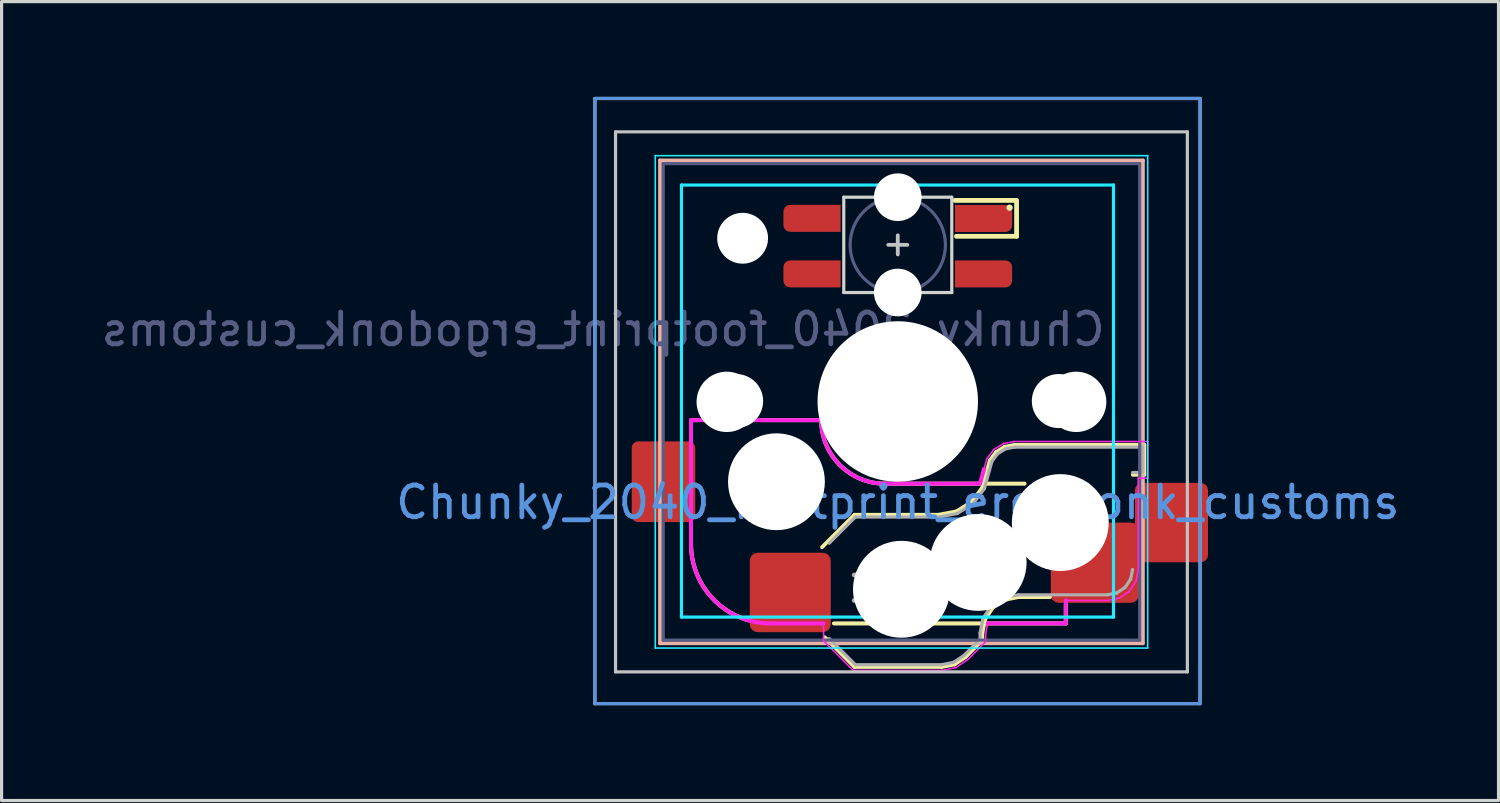
<source format=kicad_pcb>
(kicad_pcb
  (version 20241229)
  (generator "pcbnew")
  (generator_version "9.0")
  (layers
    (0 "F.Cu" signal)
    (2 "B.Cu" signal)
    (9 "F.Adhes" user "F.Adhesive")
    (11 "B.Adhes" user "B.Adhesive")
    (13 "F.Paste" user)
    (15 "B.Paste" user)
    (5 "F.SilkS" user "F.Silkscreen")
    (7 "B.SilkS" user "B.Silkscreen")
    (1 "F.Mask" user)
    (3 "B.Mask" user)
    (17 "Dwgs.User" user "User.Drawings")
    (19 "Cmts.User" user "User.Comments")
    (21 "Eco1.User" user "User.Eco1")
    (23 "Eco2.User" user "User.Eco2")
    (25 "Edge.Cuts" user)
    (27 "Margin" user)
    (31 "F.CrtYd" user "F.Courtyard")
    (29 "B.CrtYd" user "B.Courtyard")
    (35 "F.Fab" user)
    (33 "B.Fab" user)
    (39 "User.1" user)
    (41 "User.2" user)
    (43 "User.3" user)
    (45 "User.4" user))
  (footprint "Chunky_2040_footprint_ergodonk_customs"
    (layer "F.Cu")
    (at 25.211 9.588)
    (property "Reference" "Chunky_2040_footprint_ergodonk_customs" (at 0 3.175 0) (layer "Cmts.User") (effects (font (size 1 1) (thickness 0.15))))
    (attr smd)
    (fp_line (start -6.509 4.487) (end -6.509 3.887) (stroke (width 0.12) (type solid)) (layer "F.SilkS"))
    (fp_line (start -6.509 0.587) (end -6.309 0.587) (stroke (width 0.127) (type solid)) (layer "F.SilkS"))
    (fp_line (start -4.309 0.587) (end -2.409 0.587) (stroke (width 0.127) (type solid)) (layer "F.SilkS"))
    (fp_line (start -2.3 7.421) (end -1.363 8.358) (stroke (width 0.12) (type solid)) (layer "F.SilkS"))
    (fp_line (start -1.363 8.358) (end 1.384 8.358) (stroke (width 0.12) (type solid)) (layer "F.SilkS"))
    (fp_line (start -1.363 3.566) (end -2.384 4.587) (stroke (width 0.12) (type solid)) (layer "F.SilkS"))
    (fp_line (start -0.409 2.587) (end 3.991 2.587) (stroke (width 0.127) (type solid)) (layer "F.SilkS"))
    (fp_line (start 1.284 3.566) (end -1.363 3.566) (stroke (width 0.12) (type solid)) (layer "F.SilkS"))
    (fp_line (start 1.384 8.358) (end 1.787 8.278) (stroke (width 0.12) (type solid)) (layer "F.SilkS"))
    (fp_line (start 1.787 8.278) (end 2.129 8.049) (stroke (width 0.12) (type solid)) (layer "F.SilkS"))
    (fp_line (start 1.8 -6.33) (end 3.724 -6.33) (stroke (width 0.15) (type solid)) (layer "F.SilkS"))
    (fp_line (start 1.846 3.461) (end 1.284 3.566) (stroke (width 0.12) (type solid)) (layer "F.SilkS"))
    (fp_line (start 2.129 8.049) (end 2.662 7.516) (stroke (width 0.12) (type solid)) (layer "F.SilkS"))
    (fp_line (start 2.325 3.162) (end 1.846 3.461) (stroke (width 0.12) (type solid)) (layer "F.SilkS"))
    (fp_line (start 2.662 7.516) (end 2.662 7.294) (stroke (width 0.12) (type solid)) (layer "F.SilkS"))
    (fp_line (start 2.662 7.294) (end 2.749 6.856) (stroke (width 0.12) (type solid)) (layer "F.SilkS"))
    (fp_line (start 2.663 2.709) (end 2.325 3.162) (stroke (width 0.12) (type solid)) (layer "F.SilkS"))
    (fp_line (start 2.749 6.856) (end 2.993 6.489) (stroke (width 0.12) (type solid)) (layer "F.SilkS"))
    (fp_line (start 2.817 2.151) (end 2.663 2.709) (stroke (width 0.12) (type solid)) (layer "F.SilkS"))
    (fp_line (start 2.899 1.853) (end 2.817 2.151) (stroke (width 0.12) (type solid)) (layer "F.SilkS"))
    (fp_line (start 2.993 6.489) (end 3.36 6.245) (stroke (width 0.12) (type solid)) (layer "F.SilkS"))
    (fp_line (start 3.092 1.595) (end 2.899 1.853) (stroke (width 0.12) (type solid)) (layer "F.SilkS"))
    (fp_line (start 3.36 6.245) (end 3.798 6.158) (stroke (width 0.12) (type solid)) (layer "F.SilkS"))
    (fp_line (start 3.366 1.425) (end 3.092 1.595) (stroke (width 0.12) (type solid)) (layer "F.SilkS"))
    (fp_line (start 3.676 1.366) (end 3.366 1.425) (stroke (width 0.12) (type solid)) (layer "F.SilkS"))
    (fp_line (start 3.74 -6.33) (end 3.74 -5.2) (stroke (width 0.15) (type solid)) (layer "F.SilkS"))
    (fp_line (start 3.74 -5.2) (end 1.846 -5.2) (stroke (width 0.15) (type solid)) (layer "F.SilkS"))
    (fp_line (start 3.798 6.158) (end 4.791 6.158) (stroke (width 0.12) (type solid)) (layer "F.SilkS"))
    (fp_line (start 5.291 6.987) (end -2.009 6.987) (stroke (width 0.127) (type solid)) (layer "F.SilkS"))
    (fp_line (start 5.291 6.987) (end 5.291 6.387) (stroke (width 0.127) (type solid)) (layer "F.SilkS"))
    (fp_line (start 7.399 2.308) (end 7.762 2.308) (stroke (width 0.12) (type solid)) (layer "F.SilkS"))
    (fp_line (start 7.762 1.366) (end 3.676 1.366) (stroke (width 0.12) (type solid)) (layer "F.SilkS"))
    (fp_line (start 7.762 2.308) (end 7.762 1.366) (stroke (width 0.12) (type solid)) (layer "F.SilkS"))
    (fp_arc (start -4.709287 6.887307) (mid -6.009287 5.987306) (end -6.50929 4.487306) (stroke (width 0.127) (type solid)) (layer "F.SilkS"))
    (fp_arc (start -0.40929 2.587305) (mid -1.823502 2.00152) (end -2.409289 0.587309) (stroke (width 0.127) (type solid)) (layer "F.SilkS"))
    (fp_circle (center 3.52 -6.1) (end 3.62 -6.1) (stroke (width 0) (type solid)) (fill yes) (layer "F.SilkS"))
    (fp_line (start -7.484 -7.588) (end 7.716 -7.588) (stroke (width 0.12) (type solid)) (layer "B.SilkS"))
    (fp_line (start -7.484 7.612) (end -7.484 -7.588) (stroke (width 0.12) (type solid)) (layer "B.SilkS"))
    (fp_line (start 7.716 -7.588) (end 7.716 7.612) (stroke (width 0.12) (type solid)) (layer "B.SilkS"))
    (fp_line (start 7.716 7.612) (end -7.484 7.612) (stroke (width 0.12) (type solid)) (layer "B.SilkS"))
    (fp_line (start -9.534 -9.538) (end -9.534 9.512) (stroke (width 0.1) (type solid)) (layer "Dwgs.User"))
    (fp_line (start -8.884 8.512) (end -8.884 -8.488) (stroke (width 0.1) (type solid)) (layer "Dwgs.User"))
    (fp_line (start -8.884 -8.488) (end 9.116 -8.488) (stroke (width 0.1) (type solid)) (layer "Dwgs.User"))
    (fp_line (start -0.3 -4.93) (end 0.3 -4.93) (stroke (width 0.12) (type solid)) (layer "Dwgs.User"))
    (fp_line (start 0 -5.23) (end 0 -4.63) (stroke (width 0.12) (type solid)) (layer "Dwgs.User"))
    (fp_line (start 9.116 -8.488) (end 9.116 8.512) (stroke (width 0.1) (type solid)) (layer "Dwgs.User"))
    (fp_line (start 9.116 8.512) (end -8.884 8.512) (stroke (width 0.1) (type solid)) (layer "Dwgs.User"))
    (fp_line (start 9.516 9.512) (end -9.534 9.512) (stroke (width 0.1) (type solid)) (layer "Dwgs.User"))
    (fp_line (start 9.516 9.512) (end 9.516 -9.538) (stroke (width 0.1) (type solid)) (layer "Dwgs.User"))
    (fp_line (start 9.516 -9.538) (end -9.534 -9.538) (stroke (width 0.1) (type solid)) (layer "Dwgs.User"))
    (fp_line (start -9.534 -9.538) (end -9.534 9.512) (stroke (width 0.1) (type solid)) (layer "Cmts.User"))
    (fp_line (start 9.516 9.512) (end -9.534 9.512) (stroke (width 0.1) (type solid)) (layer "Cmts.User"))
    (fp_line (start 9.516 9.512) (end 9.516 -9.538) (stroke (width 0.1) (type solid)) (layer "Cmts.User"))
    (fp_line (start 9.516 -9.538) (end -9.534 -9.538) (stroke (width 0.1) (type solid)) (layer "Cmts.User"))
    (fp_line (start -7.134 7.262) (end -7.134 -7.238) (stroke (width 0.1) (type solid)) (layer "Eco1.User"))
    (fp_line (start -7.134 -7.238) (end 7.366 -7.238) (stroke (width 0.1) (type solid)) (layer "Eco1.User"))
    (fp_line (start -7.009 6.487) (end -7.009 -6.513) (stroke (width 0.1) (type solid)) (layer "Eco1.User"))
    (fp_line (start -6.509 -7.013) (end 6.491 -7.013) (stroke (width 0.1) (type solid)) (layer "Eco1.User"))
    (fp_line (start 6.491 6.987) (end -6.509 6.987) (stroke (width 0.1) (type solid)) (layer "Eco1.User"))
    (fp_line (start 6.991 -6.513) (end 6.991 6.487) (stroke (width 0.1) (type solid)) (layer "Eco1.User"))
    (fp_line (start 7.366 -7.238) (end 7.366 7.262) (stroke (width 0.1) (type solid)) (layer "Eco1.User"))
    (fp_line (start 7.366 7.262) (end -7.134 7.262) (stroke (width 0.1) (type solid)) (layer "Eco1.User"))
    (fp_arc (start -7.009284 -6.512692) (mid -6.862838 -6.866244) (end -6.509289 -7.012695) (stroke (width 0.1) (type solid)) (layer "Eco1.User"))
    (fp_arc (start -6.509286 6.987304) (mid -6.862838 6.840857) (end -7.009287 6.487307) (stroke (width 0.1) (type solid)) (layer "Eco1.User"))
    (fp_arc (start 6.490708 -7.012692) (mid 6.844252 -6.866243) (end 6.990715 -6.512696) (stroke (width 0.1) (type solid)) (layer "Eco1.User"))
    (fp_arc (start 6.990712 6.487304) (mid 6.844266 6.840858) (end 6.490716 6.987309) (stroke (width 0.1) (type solid)) (layer "Eco1.User"))
    (fp_line (start -1.7 -3.43) (end -1.7 -6.43) (stroke (width 0.1) (type solid)) (layer "Edge.Cuts"))
    (fp_line (start 1.7 -6.43) (end -1.7 -6.43) (stroke (width 0.1) (type solid)) (layer "Edge.Cuts"))
    (fp_line (start 1.7 -6.43) (end 1.7 -3.43) (stroke (width 0.1) (type solid)) (layer "Edge.Cuts"))
    (fp_line (start 1.7 -3.43) (end -1.7 -3.43) (stroke (width 0.1) (type solid)) (layer "Edge.Cuts"))
    (fp_line (start -7.634 -7.738) (end 7.866 -7.738) (stroke (width 0.05) (type solid)) (layer "B.CrtYd"))
    (fp_line (start -7.634 7.762) (end -7.634 -7.738) (stroke (width 0.05) (type solid)) (layer "B.CrtYd"))
    (fp_line (start -6.809 -6.813) (end -6.809 6.787) (stroke (width 0.1) (type solid)) (layer "B.CrtYd"))
    (fp_line (start -6.809 -6.813) (end 6.791 -6.813) (stroke (width 0.1) (type solid)) (layer "B.CrtYd"))
    (fp_line (start 6.791 6.787) (end -6.809 6.787) (stroke (width 0.1) (type solid)) (layer "B.CrtYd"))
    (fp_line (start 6.791 6.787) (end 6.791 -6.813) (stroke (width 0.1) (type solid)) (layer "B.CrtYd"))
    (fp_line (start 7.866 7.762) (end -7.634 7.762) (stroke (width 0.05) (type solid)) (layer "B.CrtYd"))
    (fp_line (start 7.866 -7.738) (end 7.866 7.762) (stroke (width 0.05) (type solid)) (layer "B.CrtYd"))
    (fp_line (start -6.509 4.487) (end -6.509 0.587) (stroke (width 0.127) (type solid)) (layer "F.CrtYd"))
    (fp_line (start -6.509 0.587) (end -2.409 0.587) (stroke (width 0.127) (type solid)) (layer "F.CrtYd"))
    (fp_line (start -2.336 6.987) (end -4.009 6.987) (stroke (width 0.127) (type solid)) (layer "F.CrtYd"))
    (fp_line (start -2.336 7.535) (end -2.336 6.98) (stroke (width 0.05) (type default)) (layer "F.CrtYd"))
    (fp_line (start -2.336 7.535) (end -1.407 8.464) (stroke (width 0.05) (type solid)) (layer "F.CrtYd"))
    (fp_line (start -1.407 8.464) (end 1.394 8.464) (stroke (width 0.05) (type solid)) (layer "F.CrtYd"))
    (fp_line (start -0.409 2.587) (end 2.59 2.587) (stroke (width 0.127) (type solid)) (layer "F.CrtYd"))
    (fp_line (start 1.394 8.464) (end 1.828 8.378) (stroke (width 0.05) (type solid)) (layer "F.CrtYd"))
    (fp_line (start 1.828 8.378) (end 2.197 8.131) (stroke (width 0.05) (type solid)) (layer "F.CrtYd"))
    (fp_line (start 2.197 8.131) (end 2.768 7.56) (stroke (width 0.05) (type solid)) (layer "F.CrtYd"))
    (fp_line (start 2.715 2.123) (end 2.59 2.58) (stroke (width 0.127) (type solid)) (layer "F.CrtYd"))
    (fp_line (start 2.768 7.304) (end 2.832 6.98) (stroke (width 0.05) (type solid)) (layer "F.CrtYd"))
    (fp_line (start 2.768 7.56) (end 2.768 7.304) (stroke (width 0.05) (type solid)) (layer "F.CrtYd"))
    (fp_line (start 2.803 1.806) (end 2.715 2.123) (stroke (width 0.05) (type solid)) (layer "F.CrtYd"))
    (fp_line (start 3.019 1.515) (end 2.803 1.806) (stroke (width 0.05) (type solid)) (layer "F.CrtYd"))
    (fp_line (start 3.327 1.324) (end 3.019 1.515) (stroke (width 0.05) (type solid)) (layer "F.CrtYd"))
    (fp_line (start 3.666 1.26) (end 3.327 1.324) (stroke (width 0.05) (type solid)) (layer "F.CrtYd"))
    (fp_line (start 5.29 6.264) (end 6.608 6.264) (stroke (width 0.05) (type solid)) (layer "F.CrtYd"))
    (fp_line (start 5.29 6.987) (end 5.291 6.264) (stroke (width 0.127) (type solid)) (layer "F.CrtYd"))
    (fp_line (start 5.291 6.987) (end 2.832 6.987) (stroke (width 0.127) (type solid)) (layer "F.CrtYd"))
    (fp_line (start 6.608 6.264) (end 6.966 6.193) (stroke (width 0.05) (type solid)) (layer "F.CrtYd"))
    (fp_line (start 6.966 6.193) (end 7.284 5.98) (stroke (width 0.05) (type solid)) (layer "F.CrtYd"))
    (fp_line (start 7.284 5.98) (end 7.497 5.662) (stroke (width 0.05) (type solid)) (layer "F.CrtYd"))
    (fp_line (start 7.497 5.662) (end 7.568 5.304) (stroke (width 0.05) (type solid)) (layer "F.CrtYd"))
    (fp_line (start 7.568 2.414) (end 7.868 2.414) (stroke (width 0.05) (type solid)) (layer "F.CrtYd"))
    (fp_line (start 7.568 5.304) (end 7.568 2.414) (stroke (width 0.05) (type solid)) (layer "F.CrtYd"))
    (fp_line (start 7.868 1.26) (end 3.666 1.26) (stroke (width 0.05) (type solid)) (layer "F.CrtYd"))
    (fp_line (start 7.868 2.414) (end 7.868 1.26) (stroke (width 0.05) (type solid)) (layer "F.CrtYd"))
    (fp_arc (start -4.009287 6.987305) (mid -5.777053 6.255071) (end -6.50929 4.487306) (stroke (width 0.127) (type solid)) (layer "F.CrtYd"))
    (fp_arc (start -0.40929 2.587305) (mid -1.823502 2.00152) (end -2.409289 0.587309) (stroke (width 0.127) (type solid)) (layer "F.CrtYd"))
    (fp_line (start -7.384 -7.488) (end 7.616 -7.488) (stroke (width 0.1) (type solid)) (layer "B.Fab"))
    (fp_line (start -7.384 7.512) (end -7.384 -7.488) (stroke (width 0.1) (type solid)) (layer "B.Fab"))
    (fp_line (start 7.616 7.512) (end -7.384 7.512) (stroke (width 0.1) (type solid)) (layer "B.Fab"))
    (fp_line (start 7.616 -7.488) (end 7.616 7.512) (stroke (width 0.1) (type solid)) (layer "B.Fab"))
    (fp_circle (center 0 -4.93) (end 0 -3.43) (stroke (width 0.1) (type solid)) (fill no) (layer "B.Fab"))
    (fp_line (start -2.159 7.462) (end -1.334 8.287) (stroke (width 0.1) (type solid)) (layer "F.Fab"))
    (fp_line (start -1.334 3.637) (end -2.159 4.462) (stroke (width 0.1) (type solid)) (layer "F.Fab"))
    (fp_line (start -1.334 8.287) (end 1.377 8.287) (stroke (width 0.1) (type solid)) (layer "F.Fab"))
    (fp_line (start 1.291 3.637) (end -1.334 3.637) (stroke (width 0.1) (type solid)) (layer "F.Fab"))
    (fp_line (start 1.377 8.287) (end 1.759 8.211) (stroke (width 0.1) (type solid)) (layer "F.Fab"))
    (fp_line (start 1.759 8.211) (end 2.084 7.994) (stroke (width 0.1) (type solid)) (layer "F.Fab"))
    (fp_line (start 1.872 3.528) (end 1.291 3.637) (stroke (width 0.1) (type solid)) (layer "F.Fab"))
    (fp_line (start 2.084 7.994) (end 2.591 7.487) (stroke (width 0.1) (type solid)) (layer "F.Fab"))
    (fp_line (start 2.374 3.215) (end 1.872 3.528) (stroke (width 0.1) (type solid)) (layer "F.Fab"))
    (fp_line (start 2.591 7.487) (end 2.591 7.287) (stroke (width 0.1) (type solid)) (layer "F.Fab"))
    (fp_line (start 2.591 7.287) (end 2.682 6.828) (stroke (width 0.1) (type solid)) (layer "F.Fab"))
    (fp_line (start 2.682 6.828) (end 2.942 6.438) (stroke (width 0.1) (type solid)) (layer "F.Fab"))
    (fp_line (start 2.728 2.741) (end 2.374 3.215) (stroke (width 0.1) (type solid)) (layer "F.Fab"))
    (fp_line (start 2.885 2.17) (end 2.728 2.741) (stroke (width 0.1) (type solid)) (layer "F.Fab"))
    (fp_line (start 2.942 6.438) (end 3.332 6.178) (stroke (width 0.1) (type solid)) (layer "F.Fab"))
    (fp_line (start 2.964 1.885) (end 2.885 2.17) (stroke (width 0.1) (type solid)) (layer "F.Fab"))
    (fp_line (start 3.141 1.648) (end 2.964 1.885) (stroke (width 0.1) (type solid)) (layer "F.Fab"))
    (fp_line (start 3.332 6.178) (end 3.791 6.087) (stroke (width 0.1) (type solid)) (layer "F.Fab"))
    (fp_line (start 3.392 1.492) (end 3.141 1.648) (stroke (width 0.1) (type solid)) (layer "F.Fab"))
    (fp_line (start 3.683 1.437) (end 3.392 1.492) (stroke (width 0.1) (type solid)) (layer "F.Fab"))
    (fp_line (start 3.791 6.087) (end 6.591 6.087) (stroke (width 0.1) (type solid)) (layer "F.Fab"))
    (fp_line (start 6.591 6.087) (end 6.897 6.026) (stroke (width 0.1) (type solid)) (layer "F.Fab"))
    (fp_line (start 6.897 6.026) (end 7.157 5.853) (stroke (width 0.1) (type solid)) (layer "F.Fab"))
    (fp_line (start 7.157 5.853) (end 7.33 5.593) (stroke (width 0.1) (type solid)) (layer "F.Fab"))
    (fp_line (start 7.33 5.593) (end 7.391 5.287) (stroke (width 0.1) (type solid)) (layer "F.Fab"))
    (fp_line (start 7.391 2.237) (end 7.691 2.237) (stroke (width 0.1) (type solid)) (layer "F.Fab"))
    (fp_line (start 7.691 2.237) (end 7.691 1.437) (stroke (width 0.1) (type solid)) (layer "F.Fab"))
    (fp_line (start 7.691 1.437) (end 3.683 1.437) (stroke (width 0.1) (type solid)) (layer "F.Fab"))
    (fp_text user "${REFERENCE}" (at 6.61 -2.27 0) (layer "B.Fab") (effects (font (size 1 1) (thickness 0.15)) (justify left mirror)))
    (fp_text user "HOLE" (at 0 5.9 0) (layer "F.Fab") (effects (font (size 0.8 0.8) (thickness 0.15)) (justify mirror)))
    (pad "" np_thru_hole circle (at -5.384 0.012 180) (size 1.9 1.9) (drill 1.9) (layers "*.Cu" "*.Mask"))
    (pad "" np_thru_hole circle (at -5.089 -0.013 180) (size 1.702 1.702) (drill 1.702) (layers "*.Cu" "*.Mask"))
    (pad "" np_thru_hole circle (at -4.884 -5.138 180) (size 1.6 1.6) (drill 1.6) (layers "*.Cu" "*.Mask"))
    (pad "" np_thru_hole circle (at -3.819 2.527 270) (size 3.048 3.048) (drill 3.048) (layers "*.Cu" "*.Mask"))
    (pad "" smd roundrect (at -2.69 -4.015 180) (size 1.82 0.85) (layers "F.Mask") (roundrect_rratio 0.25) (chamfer_ratio 0) (chamfer top_left bottom_left))
    (pad "" smd roundrect (at -2.69 -5.765 180) (size 1.82 0.84) (layers "F.Mask") (roundrect_rratio 0.25) (chamfer_ratio 0) (chamfer top_left bottom_left))
    (pad "" np_thru_hole circle (at 0 -6.43) (size 1.5 1.5) (drill 1.5) (layers "*.Cu" "*.Mask"))
    (pad "" np_thru_hole circle (at 0 -3.43) (size 1.5 1.5) (drill 1.5) (layers "*.Cu" "*.Mask"))
    (pad "" np_thru_hole circle (at 0 0 180) (size 5.05 5.05) (drill 5.05) (layers "*.Cu" "*.Mask"))
    (pad "" np_thru_hole circle (at 0.116 5.912 180) (size 3.05 3.05) (drill 3.05) (layers "*.Cu" "*.Mask"))
    (pad "" smd rect (at 2.47 -5.77) (size 1.38 0.84) (layers "F.Mask"))
    (pad "" np_thru_hole circle (at 2.531 5.067 180) (size 3.048 3.048) (drill 3.048) (layers "*.Cu" "*.Mask"))
    (pad "" smd roundrect (at 2.69 -4.02) (size 1.82 0.84) (layers "F.Mask") (roundrect_rratio 0.25) (chamfer_ratio 0) (chamfer top_left bottom_left))
    (pad "" smd roundrect (at 2.855 -5.77) (size 1.49 0.84) (layers "F.Mask") (roundrect_rratio 0.25) (chamfer_ratio 0.5) (chamfer top_right))
    (pad "" np_thru_hole circle (at 5.071 -0.013 180) (size 1.702 1.702) (drill 1.702) (layers "*.Cu" "*.Mask"))
    (pad "" np_thru_hole circle (at 5.116 3.812 180) (size 3.05 3.05) (drill 3.05) (layers "*.Cu" "*.Mask"))
    (pad "" np_thru_hole circle (at 5.616 0.012 180) (size 1.9 1.9) (drill 1.9) (layers "*.Cu" "*.Mask"))
    (pad "1" smd custom (at -2.7 -4.015 180) (size 0.85 0.85) (layers "F.Cu") (options (anchor circle)) (primitives (gr_poly (pts (xy 0.9 -0.212) (xy 0.884 -0.294) (xy 0.838 -0.363) (xy 0.769 -0.409) (xy 0.688 -0.425) (xy -0.9 -0.425) (xy -0.9 0.425) (xy 0.688 0.425) (xy 0.769 0.409) (xy 0.838 0.363) (xy 0.884 0.294) (xy 0.9 0.212)) (width 0) (fill yes))))
    (pad "2" smd custom (at -2.7 -5.765) (size 0.85 0.85) (layers "F.Cu") (options (anchor circle)) (primitives (gr_poly (pts (xy 0.9 -0.425) (xy -0.688 -0.425) (xy -0.769 -0.409) (xy -0.838 -0.363) (xy -0.884 -0.294) (xy -0.9 -0.212) (xy -0.9 0.212) (xy -0.884 0.294) (xy -0.838 0.363) (xy -0.769 0.409) (xy -0.688 0.425) (xy 0.9 0.425)) (width 0) (fill yes))))
    (pad "3" smd custom (at 2.7 -5.76) (size 0.85 0.85) (layers "F.Cu") (options (anchor circle)) (primitives (gr_poly (pts (xy -0.9 -0.425) (xy 0.688 -0.425) (xy 0.769 -0.409) (xy 0.838 -0.363) (xy 0.884 -0.294) (xy 0.9 -0.212) (xy 0.9 0.212) (xy 0.884 0.294) (xy 0.838 0.363) (xy 0.769 0.409) (xy 0.688 0.425) (xy -0.9 0.425)) (width 0) (fill yes))))
    (pad "4" smd custom (at 2.7 -4.015 180) (size 0.85 0.85) (layers "F.Cu") (options (anchor circle)) (primitives (gr_poly (pts (xy 0.9 -0.425) (xy -0.688 -0.425) (xy -0.769 -0.409) (xy -0.838 -0.363) (xy -0.884 -0.294) (xy -0.9 -0.212) (xy -0.9 0.212) (xy -0.884 0.294) (xy -0.838 0.363) (xy -0.769 0.409) (xy -0.688 0.425) (xy 0.9 0.425)) (width 0) (fill yes))))
    (pad "5" smd roundrect (at -7.375 2.527 180) (size 2 2.54) (layers "F.Cu" "F.Mask" "F.Paste") (roundrect_rratio 0.1))
    (pad "5" smd roundrect (at -3.384 6.012 180) (size 2.55 2.5) (layers "F.Cu" "F.Mask" "F.Paste") (roundrect_rratio 0.1))
    (pad "6" smd roundrect (at 6.204 5.075 180) (size 2.774 2.525) (layers "F.Cu" "F.Mask" "F.Paste") (roundrect_rratio 0.1))
    (pad "6" smd roundrect (at 8.616 3.812 180) (size 2.3 2.5) (layers "F.Cu" "F.Mask" "F.Paste") (roundrect_rratio 0.1)))
  (gr_rect
    (start -3 -3)
    (end 44.122 22.15)
    (stroke (width 0.1) (type default))
    (fill no)
    (layer "Edge.Cuts")))
</source>
